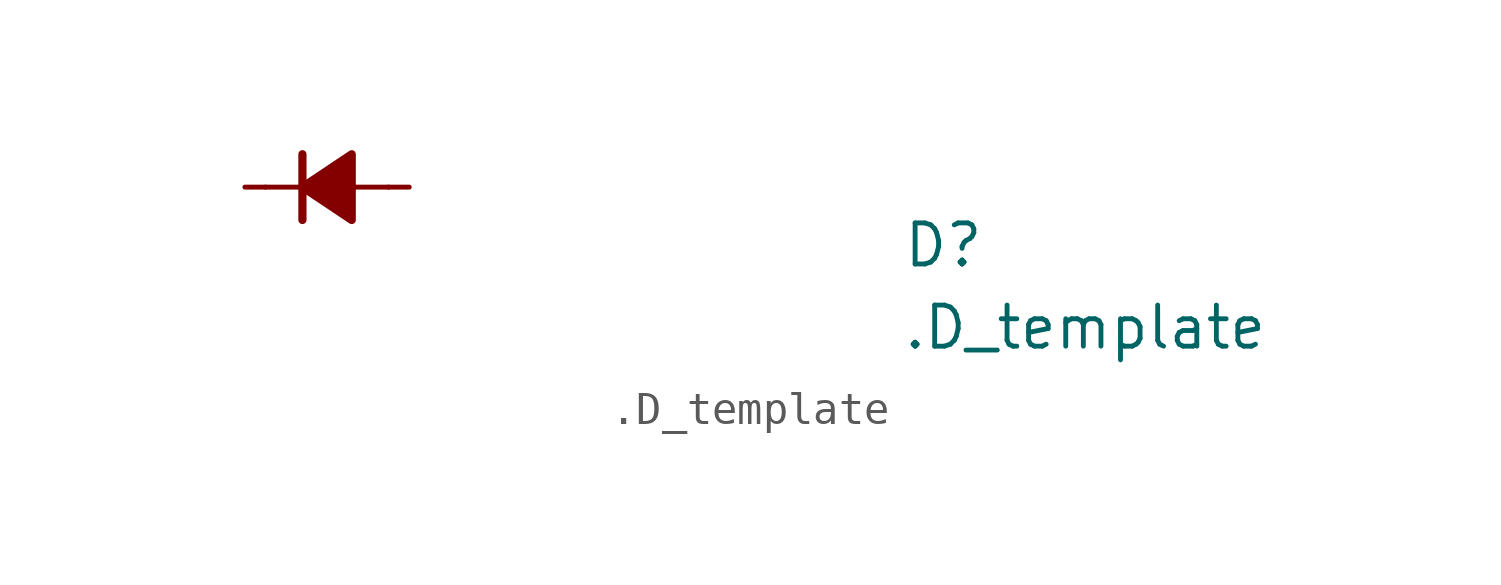
<source format=kicad_sym>
(kicad_symbol_lib
  (version 20220914)
  (generator kicad_symbol_editor)
  (symbol ".D_template"
    (pin_numbers hide)
    (pin_names hide)
    (property "Reference" "D"
      (at 20.32 -2.54 0)
      (effects (font (size 1.27 1.27) (thickness 0.15)) (justify left bottom)))
    (property "Value" ".D_template"
      (at 20.32 -5.08 0)
      (effects (font (size 1.27 1.27) (thickness 0.15)) (justify left bottom)))
    (symbol ".D_template_0_1"
      (polyline (pts (xy 1.905 0) (xy 0.635 0)) (stroke (width 0) (type default)) (fill (type none)))
      (polyline (pts (xy 4.445 0) (xy 3.175 0)) (stroke (width 0) (type default)) (fill (type none))))
    (symbol ".D_template_1_1"
      (polyline (pts (xy 1.778 1.016) (xy 1.778 -1.016)) (stroke (width 0.254) (type default)) (fill (type none)))
      (polyline (pts (xy 3.302 1.016) (xy 3.302 -1.016) (xy 1.778 0) (xy 3.302 1.016)) (stroke (width 0.254) (type default)) (fill (type outline)))
      (pin passive line (at 0 0 0) (length 0.635) (name "C" (effects (font (size 1.27 1.27)))) (number "1" (effects (font (size 1.27 1.27)))))
      (pin passive line (at 5.08 0 180) (length 0.635) (name "A" (effects (font (size 1.27 1.27)))) (number "2" (effects (font (size 1.27 1.27))))))))
</source>
